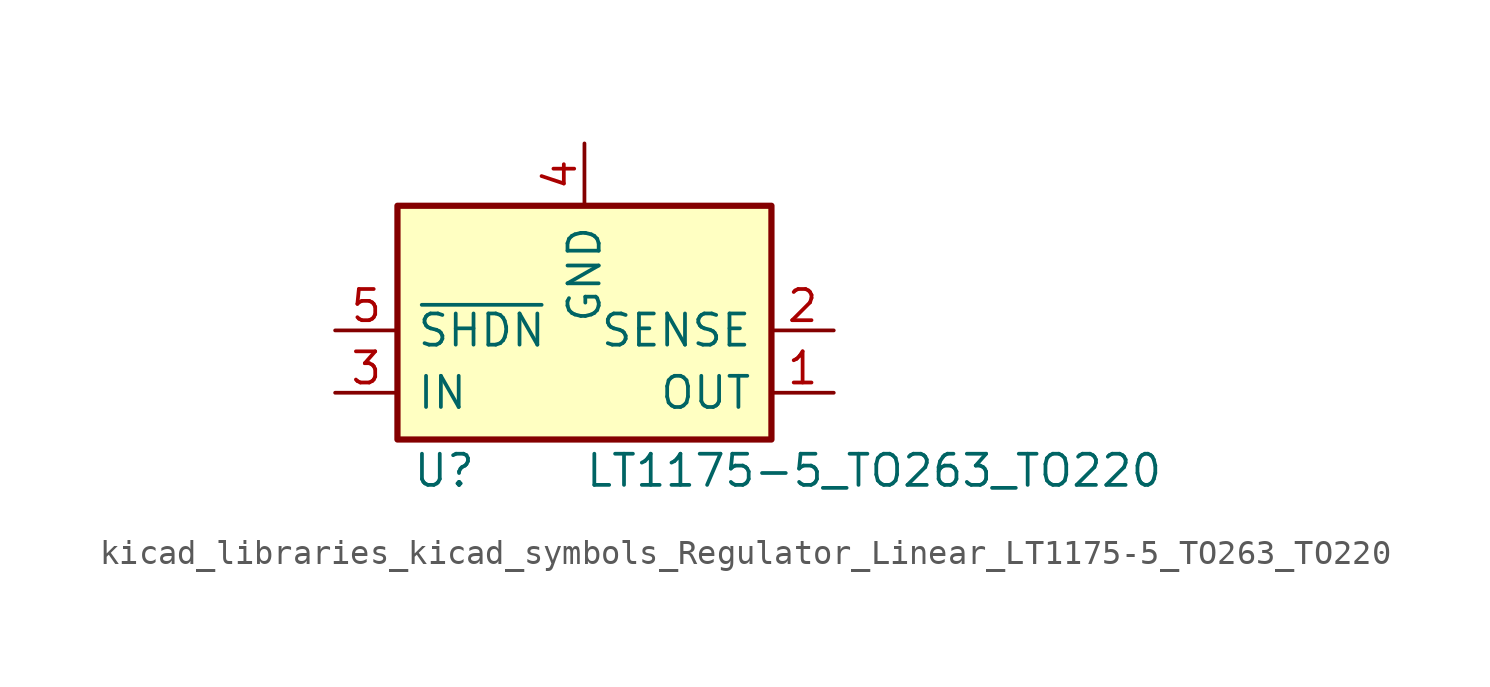
<source format=kicad_sym>
(kicad_symbol_lib
  (version 20220914)
  (generator kicad_symbol_editor)
  (symbol "kicad_libraries_kicad_symbols_Regulator_Linear_LT1175-5_TO263_TO220"
    (pin_names
      (offset 0.762))
    (property "Reference" "U"
      (at -5.715 -3.175 0)
      (effects (font (size 1.27 1.27))))
    (property "Value" "LT1175-5_TO263_TO220"
      (at 0 -3.175 0)
      (effects (font (size 1.27 1.27)) (justify left)))
    (symbol "kicad_libraries_kicad_symbols_Regulator_Linear_LT1175-5_TO263_TO220_0_1"
      (rectangle (start -7.62 -1.905) (end 7.62 7.62) (stroke (width 0.254) (type default)) (fill (type background))))
    (symbol "kicad_libraries_kicad_symbols_Regulator_Linear_LT1175-5_TO263_TO220_1_1"
      (pin power_out line (at 10.16 0 180) (length 2.54) (name "OUT" (effects (font (size 1.27 1.27)))) (number "1" (effects (font (size 1.27 1.27)))))
      (pin input line (at 10.16 2.54 180) (length 2.54) (name "SENSE" (effects (font (size 1.27 1.27)))) (number "2" (effects (font (size 1.27 1.27)))))
      (pin power_in line (at -10.16 0 0) (length 2.54) (name "IN" (effects (font (size 1.27 1.27)))) (number "3" (effects (font (size 1.27 1.27)))))
      (pin power_in line (at 0 10.16 270) (length 2.54) (name "GND" (effects (font (size 1.27 1.27)))) (number "4" (effects (font (size 1.27 1.27)))))
      (pin input line (at -10.16 2.54 0) (length 2.54) (name "~{SHDN}" (effects (font (size 1.27 1.27)))) (number "5" (effects (font (size 1.27 1.27))))))))
</source>
